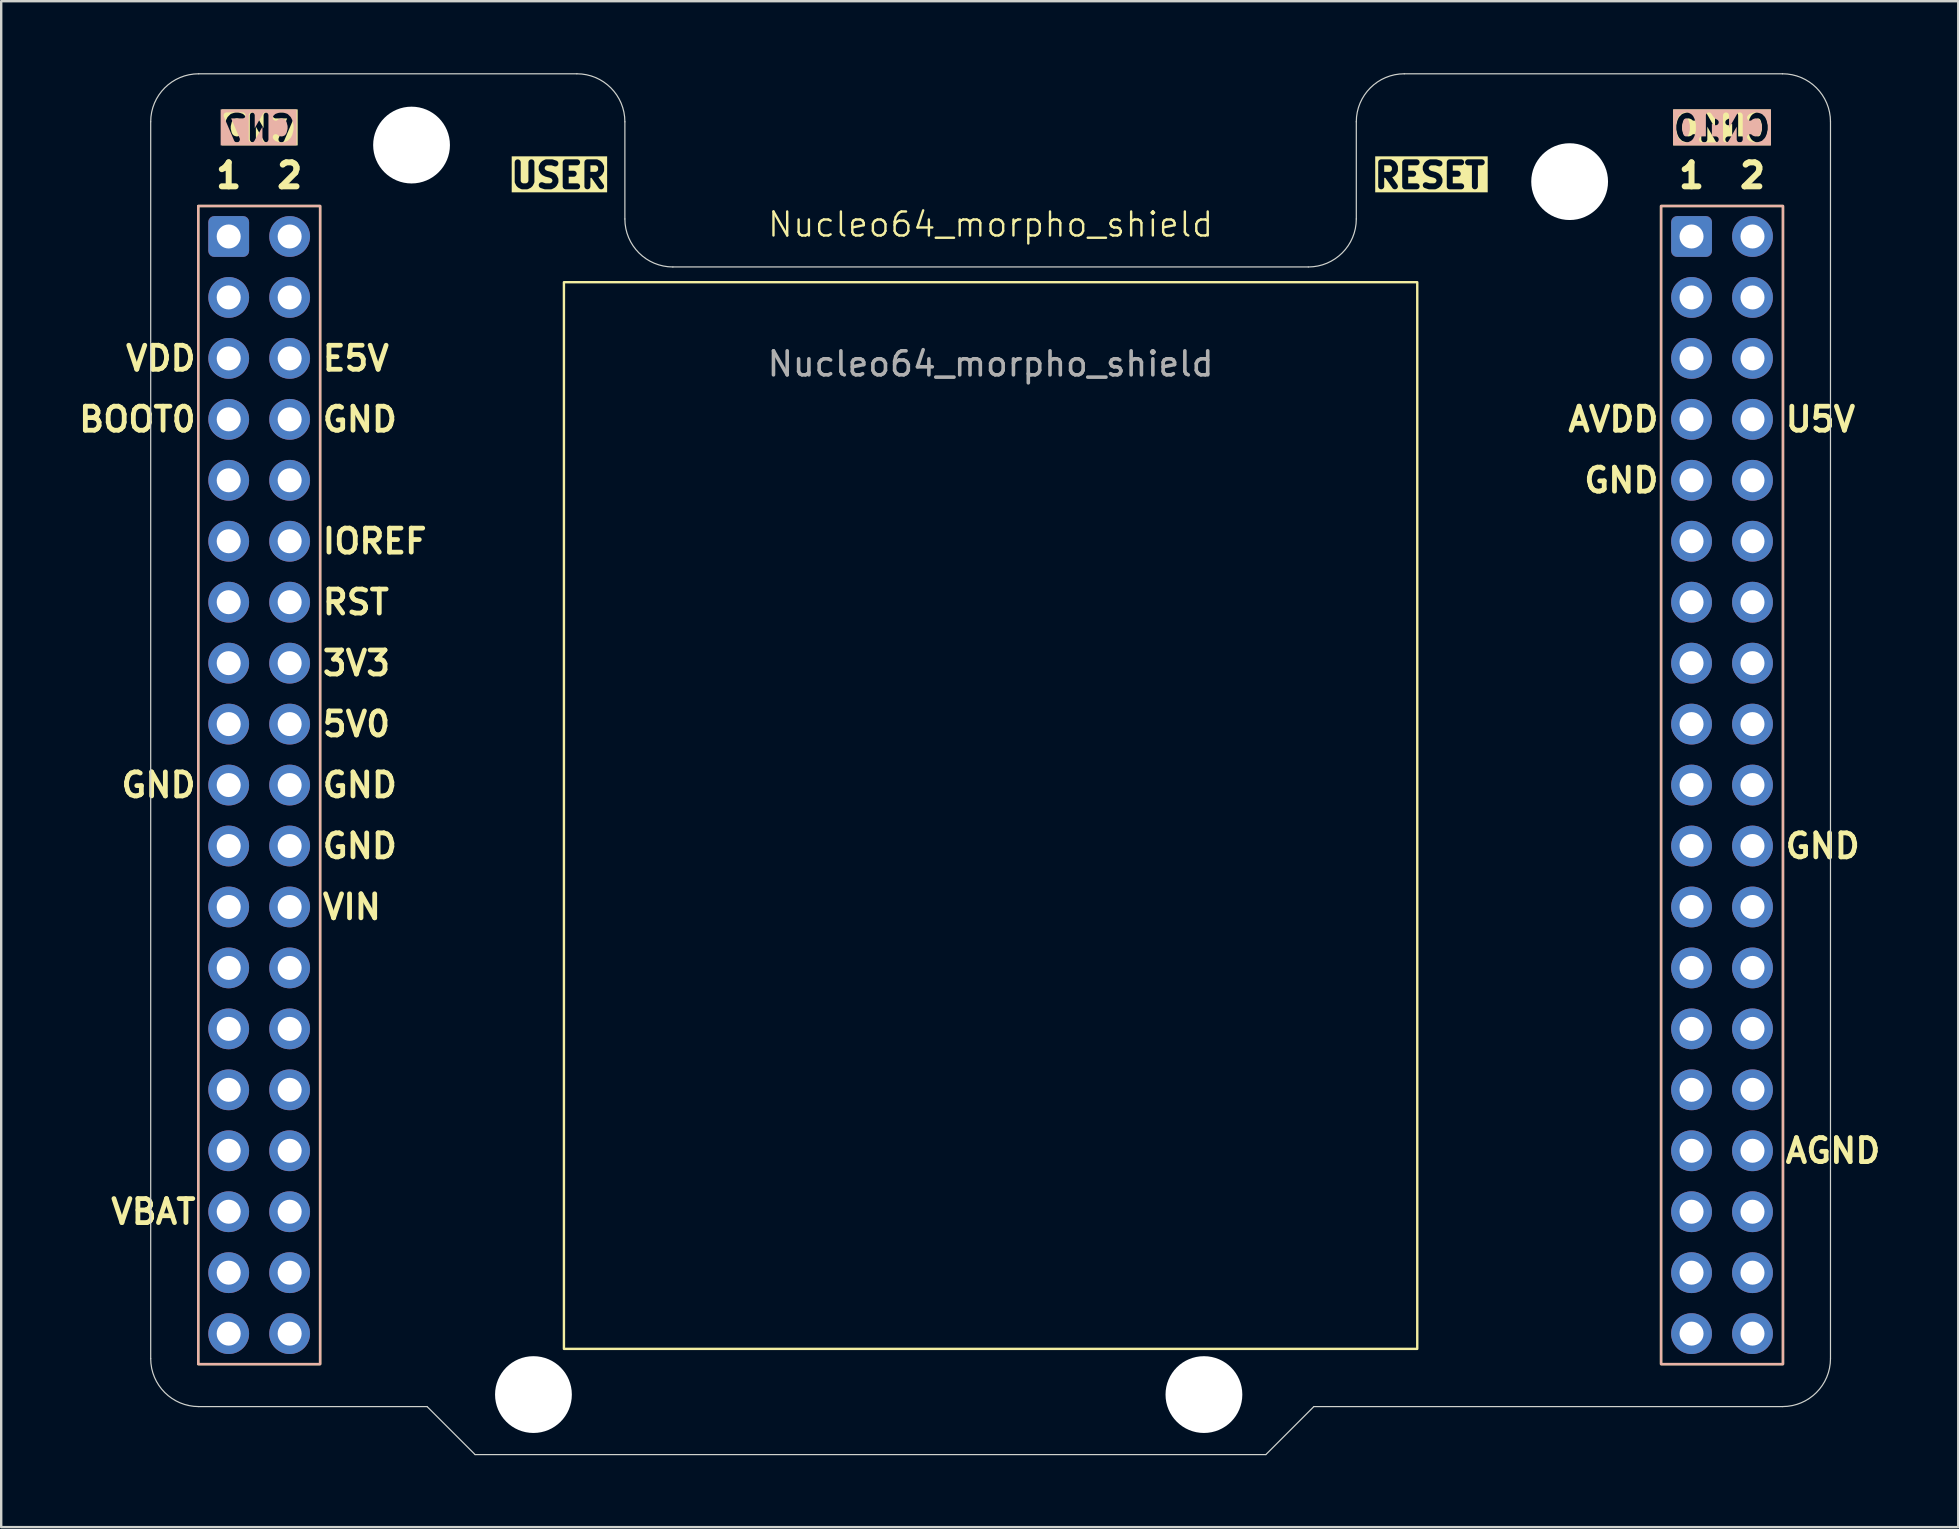
<source format=kicad_pcb>
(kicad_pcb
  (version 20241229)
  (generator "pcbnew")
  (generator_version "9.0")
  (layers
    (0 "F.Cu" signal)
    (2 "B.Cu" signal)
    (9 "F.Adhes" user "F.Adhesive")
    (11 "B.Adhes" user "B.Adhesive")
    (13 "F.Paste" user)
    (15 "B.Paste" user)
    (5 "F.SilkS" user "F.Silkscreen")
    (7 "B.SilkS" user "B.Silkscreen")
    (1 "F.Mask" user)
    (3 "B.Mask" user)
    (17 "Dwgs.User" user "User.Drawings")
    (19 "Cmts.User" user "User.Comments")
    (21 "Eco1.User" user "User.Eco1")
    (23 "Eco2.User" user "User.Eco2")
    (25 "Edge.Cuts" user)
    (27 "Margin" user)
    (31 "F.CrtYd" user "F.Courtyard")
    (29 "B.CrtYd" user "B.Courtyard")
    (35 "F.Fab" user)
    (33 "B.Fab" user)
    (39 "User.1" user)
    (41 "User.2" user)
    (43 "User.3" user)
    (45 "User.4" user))
  (footprint "Nucleo64_morpho_shield"
    (layer "F.Cu")
    (at 38.23 6.805)
    (property "Reference" "Nucleo64_morpho_shield" (at 0 -0.5 0) (unlocked yes) (layer "F.SilkS") (effects (font (size 1 1) (thickness 0.1))))
    (attr smd)
    (fp_rect (start -33.02 -1.27) (end -27.94 46.99) (stroke (width 0.1) (type default)) (fill no) (layer "F.SilkS"))
    (fp_rect (start -17.78 1.905) (end 17.78 46.355) (stroke (width 0.1) (type default)) (fill no) (layer "F.SilkS"))
    (fp_rect (start 27.94 -1.27) (end 33.02 46.99) (stroke (width 0.1) (type default)) (fill no) (layer "F.SilkS"))
    (fp_rect (start -33.02 -1.27) (end -27.94 46.99) (stroke (width 0.1) (type default)) (fill no) (layer "B.SilkS"))
    (fp_rect (start 27.94 -1.27) (end 33.02 46.99) (stroke (width 0.1) (type default)) (fill no) (layer "B.SilkS"))
    (fp_line (start -35 -4.78) (end -35 46.76) (stroke (width 0.05) (type solid)) (layer "Edge.Cuts"))
    (fp_line (start -33 -6.78) (end -17.24 -6.78) (stroke (width 0.05) (type solid)) (layer "Edge.Cuts"))
    (fp_line (start -33 48.76) (end -23.483 48.76) (stroke (width 0.05) (type solid)) (layer "Edge.Cuts"))
    (fp_line (start -23.483 48.76) (end -21.483 50.76) (stroke (width 0.05) (type solid)) (layer "Edge.Cuts"))
    (fp_line (start -21.483 50.76) (end 11.471 50.76) (stroke (width 0.05) (type solid)) (layer "Edge.Cuts"))
    (fp_line (start -15.24 -4.78) (end -15.24 -0.73) (stroke (width 0.05) (type solid)) (layer "Edge.Cuts"))
    (fp_line (start -13.24 1.27) (end 13.24 1.27) (stroke (width 0.05) (type solid)) (layer "Edge.Cuts"))
    (fp_line (start 11.471 50.76) (end 13.465 48.766) (stroke (width 0.05) (type solid)) (layer "Edge.Cuts"))
    (fp_line (start 15.24 -4.78) (end 15.24 -0.73) (stroke (width 0.05) (type solid)) (layer "Edge.Cuts"))
    (fp_line (start 33 -6.78) (end 17.24 -6.78) (stroke (width 0.05) (type default)) (layer "Edge.Cuts"))
    (fp_line (start 33 48.76) (end 13.47 48.76) (stroke (width 0.05) (type solid)) (layer "Edge.Cuts"))
    (fp_line (start 35 -4.78) (end 35 46.76) (stroke (width 0.05) (type solid)) (layer "Edge.Cuts"))
    (fp_arc (start -35 -4.78) (mid -34.414214 -6.194214) (end -33 -6.78) (stroke (width 0.05) (type default)) (layer "Edge.Cuts"))
    (fp_arc (start -33 48.76) (mid -34.414214 48.174214) (end -35 46.76) (stroke (width 0.05) (type default)) (layer "Edge.Cuts"))
    (fp_arc (start -17.24 -6.78) (mid -15.825786 -6.194214) (end -15.24 -4.78) (stroke (width 0.05) (type default)) (layer "Edge.Cuts"))
    (fp_arc (start -13.24 1.27) (mid -14.654214 0.684214) (end -15.24 -0.73) (stroke (width 0.05) (type default)) (layer "Edge.Cuts"))
    (fp_arc (start 15.24 -4.78) (mid 15.825786 -6.194214) (end 17.24 -6.78) (stroke (width 0.05) (type default)) (layer "Edge.Cuts"))
    (fp_arc (start 15.24 -0.73) (mid 14.654214 0.684214) (end 13.24 1.27) (stroke (width 0.05) (type default)) (layer "Edge.Cuts"))
    (fp_arc (start 33 -6.78) (mid 34.414214 -6.194214) (end 35 -4.78) (stroke (width 0.05) (type default)) (layer "Edge.Cuts"))
    (fp_arc (start 35 46.76) (mid 34.414214 48.174214) (end 33 48.76) (stroke (width 0.05) (type default)) (layer "Edge.Cuts"))
    (fp_text user "U5V" (at 33.02 7.62 0) (unlocked yes) (layer "F.SilkS") (effects (font (size 1 1) (thickness 0.2) (bold yes)) (justify left)))
    (fp_text user "1" (at 29.21 -2.54 0) (unlocked yes) (layer "F.SilkS") (effects (font (size 1 1) (thickness 0.25) (bold yes))))
    (fp_text user "AGND" (at 33.02 38.1 0) (unlocked yes) (layer "F.SilkS") (effects (font (size 1 1) (thickness 0.2) (bold yes)) (justify left)))
    (fp_text user "VBAT" (at -33.02 40.64 0) (unlocked yes) (layer "F.SilkS") (effects (font (size 1 1) (thickness 0.2) (bold yes)) (justify right)))
    (fp_text user "E5V" (at -27.94 5.08 0) (unlocked yes) (layer "F.SilkS") (effects (font (size 1 1) (thickness 0.2) (bold yes)) (justify left)))
    (fp_text user "2" (at -29.21 -2.54 0) (unlocked yes) (layer "F.SilkS") (effects (font (size 1 1) (thickness 0.25) (bold yes))))
    (fp_text user "1" (at -31.75 -2.54 0) (unlocked yes) (layer "F.SilkS") (effects (font (size 1 1) (thickness 0.25) (bold yes))))
    (fp_text user "CN7" (at -30.48 -5.08 0) (unlocked yes) (layer "F.SilkS" knockout) (effects (font (size 1 1) (thickness 0.25) (bold yes)) (justify top)))
    (fp_text user "VIN" (at -27.94 27.94 0) (unlocked yes) (layer "F.SilkS") (effects (font (size 1 1) (thickness 0.2) (bold yes)) (justify left)))
    (fp_text user "GND" (at 27.94 10.16 0) (unlocked yes) (layer "F.SilkS") (effects (font (size 1 1) (thickness 0.2) (bold yes)) (justify right)))
    (fp_text user "GND" (at 33.02 25.4 0) (unlocked yes) (layer "F.SilkS") (effects (font (size 1 1) (thickness 0.2) (bold yes)) (justify left)))
    (fp_text user "VDD" (at -33.02 5.08 0) (unlocked yes) (layer "F.SilkS") (effects (font (size 1 1) (thickness 0.2) (bold yes)) (justify right)))
    (fp_text user "GND" (at -33.02 22.86 0) (unlocked yes) (layer "F.SilkS") (effects (font (size 1 1) (thickness 0.2) (bold yes)) (justify right)))
    (fp_text user "USER" (at -15.875 -2.54 0) (unlocked yes) (layer "F.SilkS" knockout) (effects (font (size 1 1) (thickness 0.25) (bold yes)) (justify right)))
    (fp_text user "IOREF" (at -27.94 12.7 0) (unlocked yes) (layer "F.SilkS") (effects (font (size 1 1) (thickness 0.2) (bold yes)) (justify left)))
    (fp_text user "AVDD" (at 27.94 7.62 0) (unlocked yes) (layer "F.SilkS") (effects (font (size 1 1) (thickness 0.2) (bold yes)) (justify right)))
    (fp_text user "3V3" (at -27.94 17.78 0) (unlocked yes) (layer "F.SilkS") (effects (font (size 1 1) (thickness 0.2) (bold yes)) (justify left)))
    (fp_text user "RST" (at -27.94 15.24 0) (unlocked yes) (layer "F.SilkS") (effects (font (size 1 1) (thickness 0.2) (bold yes)) (justify left)))
    (fp_text user "GND" (at -27.94 25.4 0) (unlocked yes) (layer "F.SilkS") (effects (font (size 1 1) (thickness 0.2) (bold yes)) (justify left)))
    (fp_text user "BOOT0" (at -33.02 7.62 0) (unlocked yes) (layer "F.SilkS") (effects (font (size 1 1) (thickness 0.2) (bold yes)) (justify right)))
    (fp_text user "RESET" (at 15.875 -2.54 0) (unlocked yes) (layer "F.SilkS" knockout) (effects (font (size 1 1) (thickness 0.25) (bold yes)) (justify left)))
    (fp_text user "CN10" (at 30.48 -5.08 0) (unlocked yes) (layer "F.SilkS" knockout) (effects (font (size 1 1) (thickness 0.25) (bold yes)) (justify top)))
    (fp_text user "5V0" (at -27.94 20.32 0) (unlocked yes) (layer "F.SilkS") (effects (font (size 1 1) (thickness 0.2) (bold yes)) (justify left)))
    (fp_text user "2" (at 31.75 -2.54 0) (unlocked yes) (layer "F.SilkS") (effects (font (size 1 1) (thickness 0.25) (bold yes))))
    (fp_text user "GND" (at -27.94 7.62 0) (unlocked yes) (layer "F.SilkS") (effects (font (size 1 1) (thickness 0.2) (bold yes)) (justify left)))
    (fp_text user "GND" (at -27.94 22.86 0) (unlocked yes) (layer "F.SilkS") (effects (font (size 1 1) (thickness 0.2) (bold yes)) (justify left)))
    (fp_text user "CN10" (at 30.48 -5.08 0) (unlocked yes) (layer "B.SilkS" knockout) (effects (font (size 1 1) (thickness 0.25) (bold yes)) (justify top mirror)))
    (fp_text user "CN7" (at -30.48 -5.08 0) (unlocked yes) (layer "B.SilkS" knockout) (effects (font (size 1 1) (thickness 0.25) (bold yes)) (justify top mirror)))
    (fp_text user "${REFERENCE}" (at 0 5.31 0) (unlocked yes) (layer "F.Fab") (effects (font (size 1 1) (thickness 0.15))))
    (pad "" np_thru_hole circle (at -24.13 -3.81) (size 3.2 3.2) (drill 3.2) (layers "*.Cu" "*.Mask"))
    (pad "" np_thru_hole circle (at -19.05 48.26) (size 3.2 3.2) (drill 3.2) (layers "*.Cu" "*.Mask"))
    (pad "" np_thru_hole circle (at 8.89 48.26) (size 3.2 3.2) (drill 3.2) (layers "*.Cu" "*.Mask"))
    (pad "" np_thru_hole circle (at 24.13 -2.286) (size 3.2 3.2) (drill 3.2) (layers "*.Cu" "*.Mask"))
    (pad "1" thru_hole roundrect (at -31.75 0) (size 1.7 1.7) (drill 1) (layers "*.Cu" "*.Mask") (roundrect_rratio 0.147))
    (pad "2" thru_hole circle (at -29.21 0) (size 1.7 1.7) (drill 1) (layers "*.Cu" "*.Mask"))
    (pad "3" thru_hole circle (at -31.75 2.54) (size 1.7 1.7) (drill 1) (layers "*.Cu" "*.Mask"))
    (pad "4" thru_hole circle (at -29.21 2.54) (size 1.7 1.7) (drill 1) (layers "*.Cu" "*.Mask"))
    (pad "5" thru_hole circle (at -31.75 5.08) (size 1.7 1.7) (drill 1) (layers "*.Cu" "*.Mask"))
    (pad "6" thru_hole circle (at -29.21 5.08) (size 1.7 1.7) (drill 1) (layers "*.Cu" "*.Mask"))
    (pad "7" thru_hole circle (at -31.75 7.62) (size 1.7 1.7) (drill 1) (layers "*.Cu" "*.Mask"))
    (pad "8" thru_hole circle (at -29.21 7.62) (size 1.7 1.7) (drill 1) (layers "*.Cu" "*.Mask"))
    (pad "9" thru_hole circle (at -31.75 10.16) (size 1.7 1.7) (drill 1) (layers "*.Cu" "*.Mask"))
    (pad "10" thru_hole circle (at -29.21 10.16) (size 1.7 1.7) (drill 1) (layers "*.Cu" "*.Mask"))
    (pad "11" thru_hole circle (at -31.75 12.7) (size 1.7 1.7) (drill 1) (layers "*.Cu" "*.Mask"))
    (pad "12" thru_hole circle (at -29.21 12.7) (size 1.7 1.7) (drill 1) (layers "*.Cu" "*.Mask"))
    (pad "13" thru_hole circle (at -31.75 15.24) (size 1.7 1.7) (drill 1) (layers "*.Cu" "*.Mask"))
    (pad "14" thru_hole circle (at -29.21 15.24) (size 1.7 1.7) (drill 1) (layers "*.Cu" "*.Mask"))
    (pad "15" thru_hole circle (at -31.75 17.78) (size 1.7 1.7) (drill 1) (layers "*.Cu" "*.Mask"))
    (pad "16" thru_hole circle (at -29.21 17.78) (size 1.7 1.7) (drill 1) (layers "*.Cu" "*.Mask"))
    (pad "17" thru_hole circle (at -31.75 20.32) (size 1.7 1.7) (drill 1) (layers "*.Cu" "*.Mask"))
    (pad "18" thru_hole circle (at -29.21 20.32) (size 1.7 1.7) (drill 1) (layers "*.Cu" "*.Mask"))
    (pad "19" thru_hole circle (at -31.75 22.86) (size 1.7 1.7) (drill 1) (layers "*.Cu" "*.Mask"))
    (pad "20" thru_hole circle (at -29.21 22.86) (size 1.7 1.7) (drill 1) (layers "*.Cu" "*.Mask"))
    (pad "21" thru_hole circle (at -31.75 25.4) (size 1.7 1.7) (drill 1) (layers "*.Cu" "*.Mask"))
    (pad "22" thru_hole circle (at -29.21 25.4) (size 1.7 1.7) (drill 1) (layers "*.Cu" "*.Mask"))
    (pad "23" thru_hole circle (at -31.75 27.94) (size 1.7 1.7) (drill 1) (layers "*.Cu" "*.Mask"))
    (pad "24" thru_hole circle (at -29.21 27.94) (size 1.7 1.7) (drill 1) (layers "*.Cu" "*.Mask"))
    (pad "25" thru_hole circle (at -31.75 30.48) (size 1.7 1.7) (drill 1) (layers "*.Cu" "*.Mask"))
    (pad "26" thru_hole circle (at -29.21 30.48) (size 1.7 1.7) (drill 1) (layers "*.Cu" "*.Mask"))
    (pad "27" thru_hole circle (at -31.75 33.02) (size 1.7 1.7) (drill 1) (layers "*.Cu" "*.Mask"))
    (pad "28" thru_hole circle (at -29.21 33.02) (size 1.7 1.7) (drill 1) (layers "*.Cu" "*.Mask"))
    (pad "29" thru_hole circle (at -31.75 35.56) (size 1.7 1.7) (drill 1) (layers "*.Cu" "*.Mask"))
    (pad "30" thru_hole circle (at -29.21 35.56) (size 1.7 1.7) (drill 1) (layers "*.Cu" "*.Mask"))
    (pad "31" thru_hole circle (at -31.75 38.1) (size 1.7 1.7) (drill 1) (layers "*.Cu" "*.Mask"))
    (pad "32" thru_hole circle (at -29.21 38.1) (size 1.7 1.7) (drill 1) (layers "*.Cu" "*.Mask"))
    (pad "33" thru_hole circle (at -31.75 40.64) (size 1.7 1.7) (drill 1) (layers "*.Cu" "*.Mask"))
    (pad "34" thru_hole circle (at -29.21 40.64) (size 1.7 1.7) (drill 1) (layers "*.Cu" "*.Mask"))
    (pad "35" thru_hole circle (at -31.75 43.18) (size 1.7 1.7) (drill 1) (layers "*.Cu" "*.Mask"))
    (pad "36" thru_hole circle (at -29.21 43.18) (size 1.7 1.7) (drill 1) (layers "*.Cu" "*.Mask"))
    (pad "37" thru_hole circle (at -31.75 45.72) (size 1.7 1.7) (drill 1) (layers "*.Cu" "*.Mask"))
    (pad "38" thru_hole circle (at -29.21 45.72) (size 1.7 1.7) (drill 1) (layers "*.Cu" "*.Mask"))
    (pad "39" thru_hole roundrect (at 29.21 0) (size 1.7 1.7) (drill 1) (layers "*.Cu" "*.Mask") (roundrect_rratio 0.147))
    (pad "40" thru_hole circle (at 31.75 0) (size 1.7 1.7) (drill 1) (layers "*.Cu" "*.Mask"))
    (pad "41" thru_hole circle (at 29.21 2.54) (size 1.7 1.7) (drill 1) (layers "*.Cu" "*.Mask"))
    (pad "42" thru_hole circle (at 31.75 2.54) (size 1.7 1.7) (drill 1) (layers "*.Cu" "*.Mask"))
    (pad "43" thru_hole circle (at 29.21 5.08) (size 1.7 1.7) (drill 1) (layers "*.Cu" "*.Mask"))
    (pad "44" thru_hole circle (at 31.75 5.08) (size 1.7 1.7) (drill 1) (layers "*.Cu" "*.Mask"))
    (pad "45" thru_hole circle (at 29.21 7.62) (size 1.7 1.7) (drill 1) (layers "*.Cu" "*.Mask"))
    (pad "46" thru_hole circle (at 31.75 7.62) (size 1.7 1.7) (drill 1) (layers "*.Cu" "*.Mask"))
    (pad "47" thru_hole circle (at 29.21 10.16) (size 1.7 1.7) (drill 1) (layers "*.Cu" "*.Mask"))
    (pad "48" thru_hole circle (at 31.75 10.16) (size 1.7 1.7) (drill 1) (layers "*.Cu" "*.Mask"))
    (pad "49" thru_hole circle (at 29.21 12.7) (size 1.7 1.7) (drill 1) (layers "*.Cu" "*.Mask"))
    (pad "50" thru_hole circle (at 31.75 12.7) (size 1.7 1.7) (drill 1) (layers "*.Cu" "*.Mask"))
    (pad "51" thru_hole circle (at 29.21 15.24) (size 1.7 1.7) (drill 1) (layers "*.Cu" "*.Mask"))
    (pad "52" thru_hole circle (at 31.75 15.24) (size 1.7 1.7) (drill 1) (layers "*.Cu" "*.Mask"))
    (pad "53" thru_hole circle (at 29.21 17.78) (size 1.7 1.7) (drill 1) (layers "*.Cu" "*.Mask"))
    (pad "54" thru_hole circle (at 31.75 17.78) (size 1.7 1.7) (drill 1) (layers "*.Cu" "*.Mask"))
    (pad "55" thru_hole circle (at 29.21 20.32) (size 1.7 1.7) (drill 1) (layers "*.Cu" "*.Mask"))
    (pad "56" thru_hole circle (at 31.75 20.32) (size 1.7 1.7) (drill 1) (layers "*.Cu" "*.Mask"))
    (pad "57" thru_hole circle (at 29.21 22.86) (size 1.7 1.7) (drill 1) (layers "*.Cu" "*.Mask"))
    (pad "58" thru_hole circle (at 31.75 22.86) (size 1.7 1.7) (drill 1) (layers "*.Cu" "*.Mask"))
    (pad "59" thru_hole circle (at 29.21 25.4) (size 1.7 1.7) (drill 1) (layers "*.Cu" "*.Mask"))
    (pad "60" thru_hole circle (at 31.75 25.4) (size 1.7 1.7) (drill 1) (layers "*.Cu" "*.Mask"))
    (pad "61" thru_hole circle (at 29.21 27.94) (size 1.7 1.7) (drill 1) (layers "*.Cu" "*.Mask"))
    (pad "62" thru_hole circle (at 31.75 27.94) (size 1.7 1.7) (drill 1) (layers "*.Cu" "*.Mask"))
    (pad "63" thru_hole circle (at 29.21 30.48) (size 1.7 1.7) (drill 1) (layers "*.Cu" "*.Mask"))
    (pad "64" thru_hole circle (at 31.75 30.48) (size 1.7 1.7) (drill 1) (layers "*.Cu" "*.Mask"))
    (pad "65" thru_hole circle (at 29.21 33.02) (size 1.7 1.7) (drill 1) (layers "*.Cu" "*.Mask"))
    (pad "66" thru_hole circle (at 31.75 33.02) (size 1.7 1.7) (drill 1) (layers "*.Cu" "*.Mask"))
    (pad "67" thru_hole circle (at 29.21 35.56) (size 1.7 1.7) (drill 1) (layers "*.Cu" "*.Mask"))
    (pad "68" thru_hole circle (at 31.75 35.56) (size 1.7 1.7) (drill 1) (layers "*.Cu" "*.Mask"))
    (pad "69" thru_hole circle (at 29.21 38.1) (size 1.7 1.7) (drill 1) (layers "*.Cu" "*.Mask"))
    (pad "70" thru_hole circle (at 31.75 38.1) (size 1.7 1.7) (drill 1) (layers "*.Cu" "*.Mask"))
    (pad "71" thru_hole circle (at 29.21 40.64) (size 1.7 1.7) (drill 1) (layers "*.Cu" "*.Mask"))
    (pad "72" thru_hole circle (at 31.75 40.64) (size 1.7 1.7) (drill 1) (layers "*.Cu" "*.Mask"))
    (pad "73" thru_hole circle (at 29.21 43.18) (size 1.7 1.7) (drill 1) (layers "*.Cu" "*.Mask"))
    (pad "74" thru_hole circle (at 31.75 43.18) (size 1.7 1.7) (drill 1) (layers "*.Cu" "*.Mask"))
    (pad "75" thru_hole circle (at 29.21 45.72) (size 1.7 1.7) (drill 1) (layers "*.Cu" "*.Mask"))
    (pad "76" thru_hole circle (at 31.75 45.72) (size 1.7 1.7) (drill 1) (layers "*.Cu" "*.Mask")))
  (gr_rect
    (start -3 -3)
    (end 78.554 60.59)
    (stroke (width 0.1) (type default))
    (fill no)
    (layer "Edge.Cuts")))
</source>
